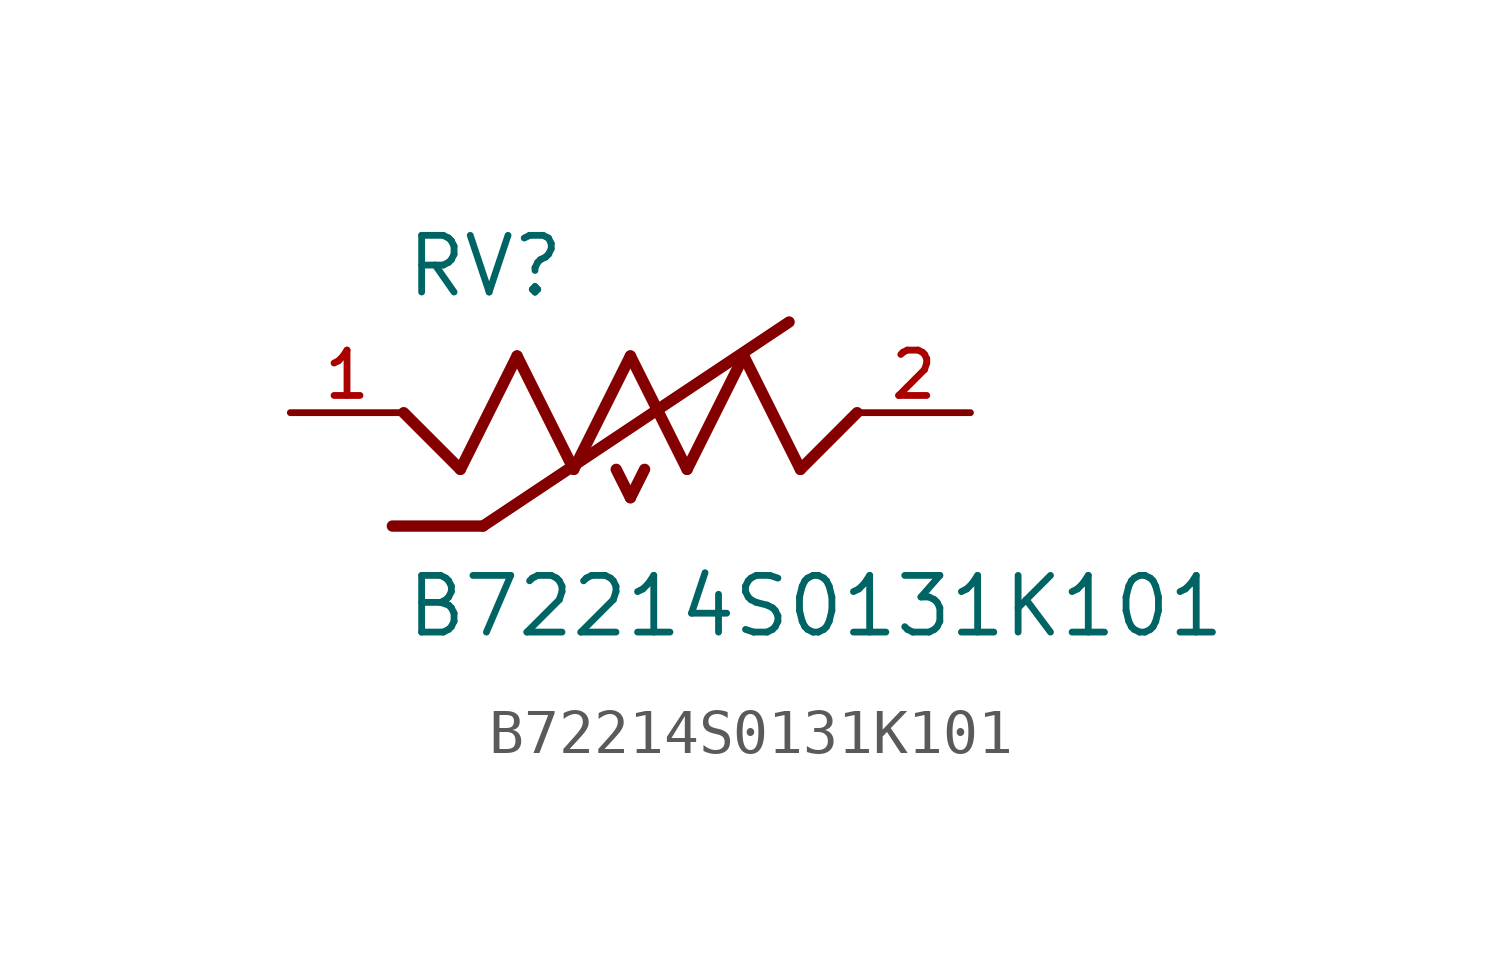
<source format=kicad_sym>
(kicad_symbol_lib
  (version 20211014)
  (generator kicad_symbol_editor)
  (symbol "B72214S0131K101"
    (pin_names
      (offset 1.016))
    (property "Reference" "RV"
      (at -5.08 2.54 0)
      (effects (font (size 1.27 1.27)) (justify bottom left)))
    (property "Value" "B72214S0131K101"
      (at -5.08 -5.08 0)
      (effects (font (size 1.27 1.27)) (justify bottom left)))
    (symbol "B72214S0131K101_0_0"
      (polyline (pts (xy -1.27 -1.27) (xy 0.0 1.27)) (stroke (width 0.254)))
      (polyline (pts (xy 0.0 1.27) (xy 1.27 -1.27)) (stroke (width 0.254)))
      (polyline (pts (xy 1.27 -1.27) (xy 2.54 1.27)) (stroke (width 0.254)))
      (polyline (pts (xy 2.54 1.27) (xy 3.81 -1.27)) (stroke (width 0.254)))
      (polyline (pts (xy 3.81 -1.27) (xy 5.08 0.0)) (stroke (width 0.254)))
      (polyline (pts (xy -1.27 -1.27) (xy -2.54 1.27)) (stroke (width 0.254)))
      (polyline (pts (xy -2.54 1.27) (xy -3.81 -1.27)) (stroke (width 0.254)))
      (polyline (pts (xy -3.81 -1.27) (xy -5.08 0.0)) (stroke (width 0.254)))
      (polyline (pts (xy -3.302 -2.54) (xy 3.556 2.032)) (stroke (width 0.254)))
      (polyline (pts (xy -3.302 -2.54) (xy -5.334 -2.54)) (stroke (width 0.254)))
      (polyline (pts (xy -0.318 -1.27) (xy 0.0 -1.905)) (stroke (width 0.254)))
      (polyline (pts (xy 0.0 -1.905) (xy 0.318 -1.27)) (stroke (width 0.254)))
      (pin passive line (at -7.62 0.0 0) (length 2.54) (name "~" (effects (font (size 1.016 1.016)))) (number "1" (effects (font (size 1.016 1.016)))))
      (pin passive line (at 7.62 0.0 180.0) (length 2.54) (name "~" (effects (font (size 1.016 1.016)))) (number "2" (effects (font (size 1.016 1.016))))))))
</source>
